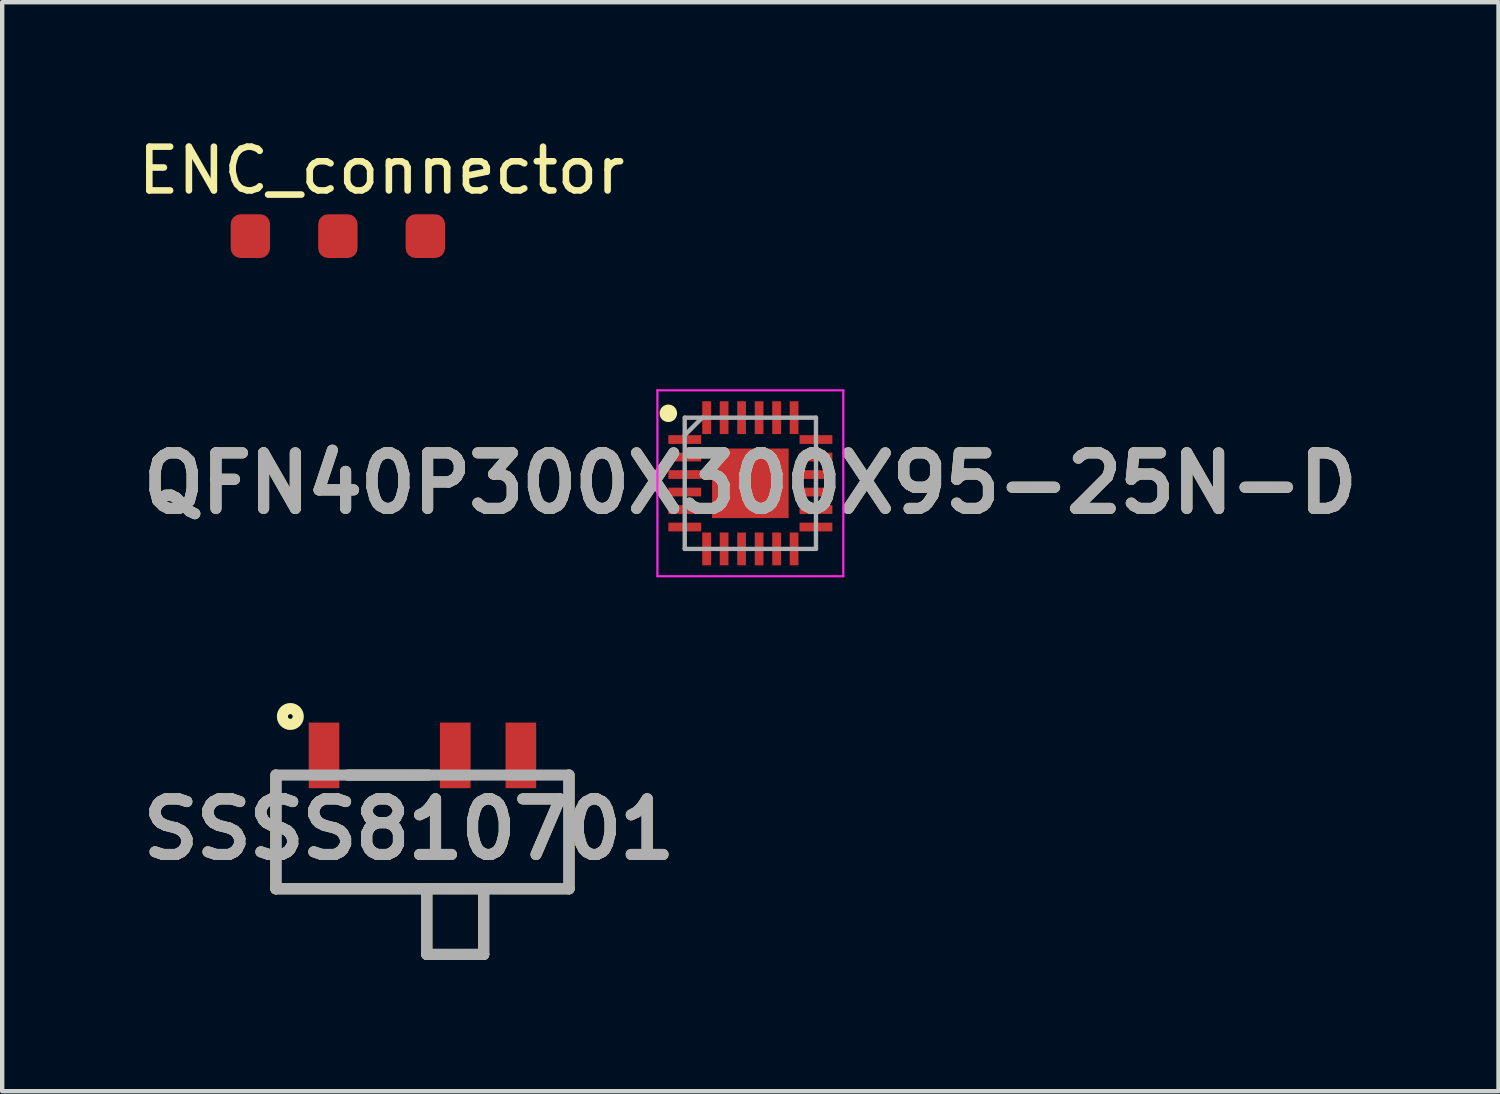
<source format=kicad_pcb>
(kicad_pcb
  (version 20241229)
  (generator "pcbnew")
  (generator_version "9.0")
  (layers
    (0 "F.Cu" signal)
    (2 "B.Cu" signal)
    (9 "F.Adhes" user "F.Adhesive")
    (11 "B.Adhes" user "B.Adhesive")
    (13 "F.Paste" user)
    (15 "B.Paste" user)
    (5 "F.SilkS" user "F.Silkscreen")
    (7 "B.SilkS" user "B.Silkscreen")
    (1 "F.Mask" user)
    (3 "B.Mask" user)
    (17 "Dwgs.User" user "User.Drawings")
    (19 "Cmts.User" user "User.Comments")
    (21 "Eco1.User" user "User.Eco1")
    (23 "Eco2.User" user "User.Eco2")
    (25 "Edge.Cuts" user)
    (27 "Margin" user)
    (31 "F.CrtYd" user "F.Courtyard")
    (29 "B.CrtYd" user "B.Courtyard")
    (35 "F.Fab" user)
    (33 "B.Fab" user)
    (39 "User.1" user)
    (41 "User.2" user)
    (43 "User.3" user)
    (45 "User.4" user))
  (footprint "QFN40P300X300X95-25N-D"
    (layer "F.Cu")
    (at 14.103 7.998)
    (property "Reference" "QFN40P300X300X95-25N-D" (at 0 0 0) (layer "F.SilkS") (effects (font (size 1.27 1.27) (thickness 0.254))))
    (attr smd)
    (fp_circle (center -1.875 -1.6) (end -1.875 -1.5) (stroke (width 0.2) (type solid)) (fill no) (layer "F.SilkS"))
    (fp_line (start -2.125 -2.125) (end 2.125 -2.125) (stroke (width 0.05) (type solid)) (layer "F.CrtYd"))
    (fp_line (start -2.125 2.125) (end -2.125 -2.125) (stroke (width 0.05) (type solid)) (layer "F.CrtYd"))
    (fp_line (start 2.125 -2.125) (end 2.125 2.125) (stroke (width 0.05) (type solid)) (layer "F.CrtYd"))
    (fp_line (start 2.125 2.125) (end -2.125 2.125) (stroke (width 0.05) (type solid)) (layer "F.CrtYd"))
    (fp_line (start -1.5 -1.5) (end 1.5 -1.5) (stroke (width 0.1) (type solid)) (layer "F.Fab"))
    (fp_line (start -1.5 -1.1) (end -1.1 -1.5) (stroke (width 0.1) (type solid)) (layer "F.Fab"))
    (fp_line (start -1.5 1.5) (end -1.5 -1.5) (stroke (width 0.1) (type solid)) (layer "F.Fab"))
    (fp_line (start 1.5 -1.5) (end 1.5 1.5) (stroke (width 0.1) (type solid)) (layer "F.Fab"))
    (fp_line (start 1.5 1.5) (end -1.5 1.5) (stroke (width 0.1) (type solid)) (layer "F.Fab"))
    (fp_text user "${REFERENCE}" (at 0 0 0) (layer "F.Fab") (effects (font (size 1.27 1.27) (thickness 0.254))))
    (pad "1" smd rect (at -1.5 -1 90) (size 0.2 0.75) (layers "F.Cu" "F.Mask" "F.Paste"))
    (pad "2" smd rect (at -1.5 -0.6 90) (size 0.2 0.75) (layers "F.Cu" "F.Mask" "F.Paste"))
    (pad "3" smd rect (at -1.5 -0.2 90) (size 0.2 0.75) (layers "F.Cu" "F.Mask" "F.Paste"))
    (pad "4" smd rect (at -1.5 0.2 90) (size 0.2 0.75) (layers "F.Cu" "F.Mask" "F.Paste"))
    (pad "5" smd rect (at -1.5 0.6 90) (size 0.2 0.75) (layers "F.Cu" "F.Mask" "F.Paste"))
    (pad "6" smd rect (at -1.5 1 90) (size 0.2 0.75) (layers "F.Cu" "F.Mask" "F.Paste"))
    (pad "7" smd rect (at -1 1.5) (size 0.2 0.75) (layers "F.Cu" "F.Mask" "F.Paste"))
    (pad "8" smd rect (at -0.6 1.5) (size 0.2 0.75) (layers "F.Cu" "F.Mask" "F.Paste"))
    (pad "9" smd rect (at -0.2 1.5) (size 0.2 0.75) (layers "F.Cu" "F.Mask" "F.Paste"))
    (pad "10" smd rect (at 0.2 1.5) (size 0.2 0.75) (layers "F.Cu" "F.Mask" "F.Paste"))
    (pad "11" smd rect (at 0.6 1.5) (size 0.2 0.75) (layers "F.Cu" "F.Mask" "F.Paste"))
    (pad "12" smd rect (at 1 1.5) (size 0.2 0.75) (layers "F.Cu" "F.Mask" "F.Paste"))
    (pad "13" smd rect (at 1.5 1 90) (size 0.2 0.75) (layers "F.Cu" "F.Mask" "F.Paste"))
    (pad "14" smd rect (at 1.5 0.6 90) (size 0.2 0.75) (layers "F.Cu" "F.Mask" "F.Paste"))
    (pad "15" smd rect (at 1.5 0.2 90) (size 0.2 0.75) (layers "F.Cu" "F.Mask" "F.Paste"))
    (pad "16" smd rect (at 1.5 -0.2 90) (size 0.2 0.75) (layers "F.Cu" "F.Mask" "F.Paste"))
    (pad "17" smd rect (at 1.5 -0.6 90) (size 0.2 0.75) (layers "F.Cu" "F.Mask" "F.Paste"))
    (pad "18" smd rect (at 1.5 -1 90) (size 0.2 0.75) (layers "F.Cu" "F.Mask" "F.Paste"))
    (pad "19" smd rect (at 1 -1.5) (size 0.2 0.75) (layers "F.Cu" "F.Mask" "F.Paste"))
    (pad "20" smd rect (at 0.6 -1.5) (size 0.2 0.75) (layers "F.Cu" "F.Mask" "F.Paste"))
    (pad "21" smd rect (at 0.2 -1.5) (size 0.2 0.75) (layers "F.Cu" "F.Mask" "F.Paste"))
    (pad "22" smd rect (at -0.2 -1.5) (size 0.2 0.75) (layers "F.Cu" "F.Mask" "F.Paste"))
    (pad "23" smd rect (at -0.6 -1.5) (size 0.2 0.75) (layers "F.Cu" "F.Mask" "F.Paste"))
    (pad "24" smd rect (at -1 -1.5) (size 0.2 0.75) (layers "F.Cu" "F.Mask" "F.Paste"))
    (pad "25" smd rect (at 0 0 90) (size 1.59 1.75) (layers "F.Cu" "F.Mask" "F.Paste")))
  (footprint "SSSS810701"
    (layer "F.Cu")
    (at 7.357 14.218)
    (property "Reference" "SSSS810701" (at -1.056 1.691 0) (layer "F.SilkS") (effects (font (size 1.27 1.27) (thickness 0.254))))
    (attr through_hole)
    (fp_line (start -4.1 3.05) (end -4.1 0.45) (stroke (width 0.254) (type solid)) (layer "F.SilkS"))
    (fp_line (start -2.454 0.45) (end -0.605 0.45) (stroke (width 0.254) (type solid)) (layer "F.SilkS"))
    (fp_line (start -0.65 3.05) (end -0.65 4.55) (stroke (width 0.254) (type solid)) (layer "F.SilkS"))
    (fp_line (start -0.65 4.55) (end 0.65 4.55) (stroke (width 0.254) (type solid)) (layer "F.SilkS"))
    (fp_line (start 0.65 4.55) (end 0.65 3.05) (stroke (width 0.254) (type solid)) (layer "F.SilkS"))
    (fp_line (start 2.6 0.45) (end 2.6 3.05) (stroke (width 0.254) (type solid)) (layer "F.SilkS"))
    (fp_line (start 2.6 3.05) (end -4.1 3.05) (stroke (width 0.254) (type solid)) (layer "F.SilkS"))
    (fp_circle (center -3.77 -0.889) (end -3.77 -0.835) (stroke (width 0.254) (type solid)) (fill no) (layer "F.SilkS"))
    (fp_line (start -4.1 0.45) (end 2.6 0.45) (stroke (width 0.254) (type solid)) (layer "F.Fab"))
    (fp_line (start -4.1 3.05) (end -4.1 0.45) (stroke (width 0.254) (type solid)) (layer "F.Fab"))
    (fp_line (start -0.65 3.05) (end -0.65 4.55) (stroke (width 0.254) (type solid)) (layer "F.Fab"))
    (fp_line (start -0.65 4.55) (end 0.65 4.55) (stroke (width 0.254) (type solid)) (layer "F.Fab"))
    (fp_line (start 0.65 4.55) (end 0.65 3.05) (stroke (width 0.254) (type solid)) (layer "F.Fab"))
    (fp_line (start 2.6 0.45) (end 2.6 3.05) (stroke (width 0.254) (type solid)) (layer "F.Fab"))
    (fp_line (start 2.6 3.05) (end -4.1 3.05) (stroke (width 0.254) (type solid)) (layer "F.Fab"))
    (fp_text user "${REFERENCE}" (at -1.056 1.691 0) (layer "F.Fab") (effects (font (size 1.27 1.27) (thickness 0.254))))
    (pad "" np_thru_hole circle (at -2.25 1.75) (size 0.001 0.001) (drill 0.9) (layers "*.Cu" "*.Mask"))
    (pad "" np_thru_hole circle (at 0.75 1.75) (size 0.001 0.001) (drill 0.9) (layers "*.Cu" "*.Mask"))
    (pad "1" smd rect (at -3 0) (size 0.7 1.5) (layers "F.Cu" "F.Mask" "F.Paste"))
    (pad "2" smd rect (at 0 0) (size 0.7 1.5) (layers "F.Cu" "F.Mask" "F.Paste"))
    (pad "3" smd rect (at 1.5 0) (size 0.7 1.5) (layers "F.Cu" "F.Mask" "F.Paste")))
  (footprint "ENC_connector"
    (layer "F.Cu")
    (at 5.673 0.348)
    (property "Reference" "ENC_connector" (at 0 0.5 0) (layer "F.SilkS") (effects (font (size 1 1) (thickness 0.15))))
    (attr through_hole)
    (pad "1" smd roundrect (at -3 2) (size 0.9 1) (layers "F.Cu" "F.Mask" "F.Paste") (roundrect_rratio 0.25))
    (pad "2" smd roundrect (at -1 2) (size 0.9 1) (layers "F.Cu" "F.Mask" "F.Paste" "Eco1.User") (roundrect_rratio 0.25))
    (pad "3" smd roundrect (at 1 2) (size 0.9 1) (layers "F.Cu" "F.Mask" "F.Paste") (roundrect_rratio 0.25)))
  (gr_rect
    (start -3 -3)
    (end 31.206 21.895)
    (stroke (width 0.1) (type default))
    (fill no)
    (layer "Edge.Cuts")))
</source>
